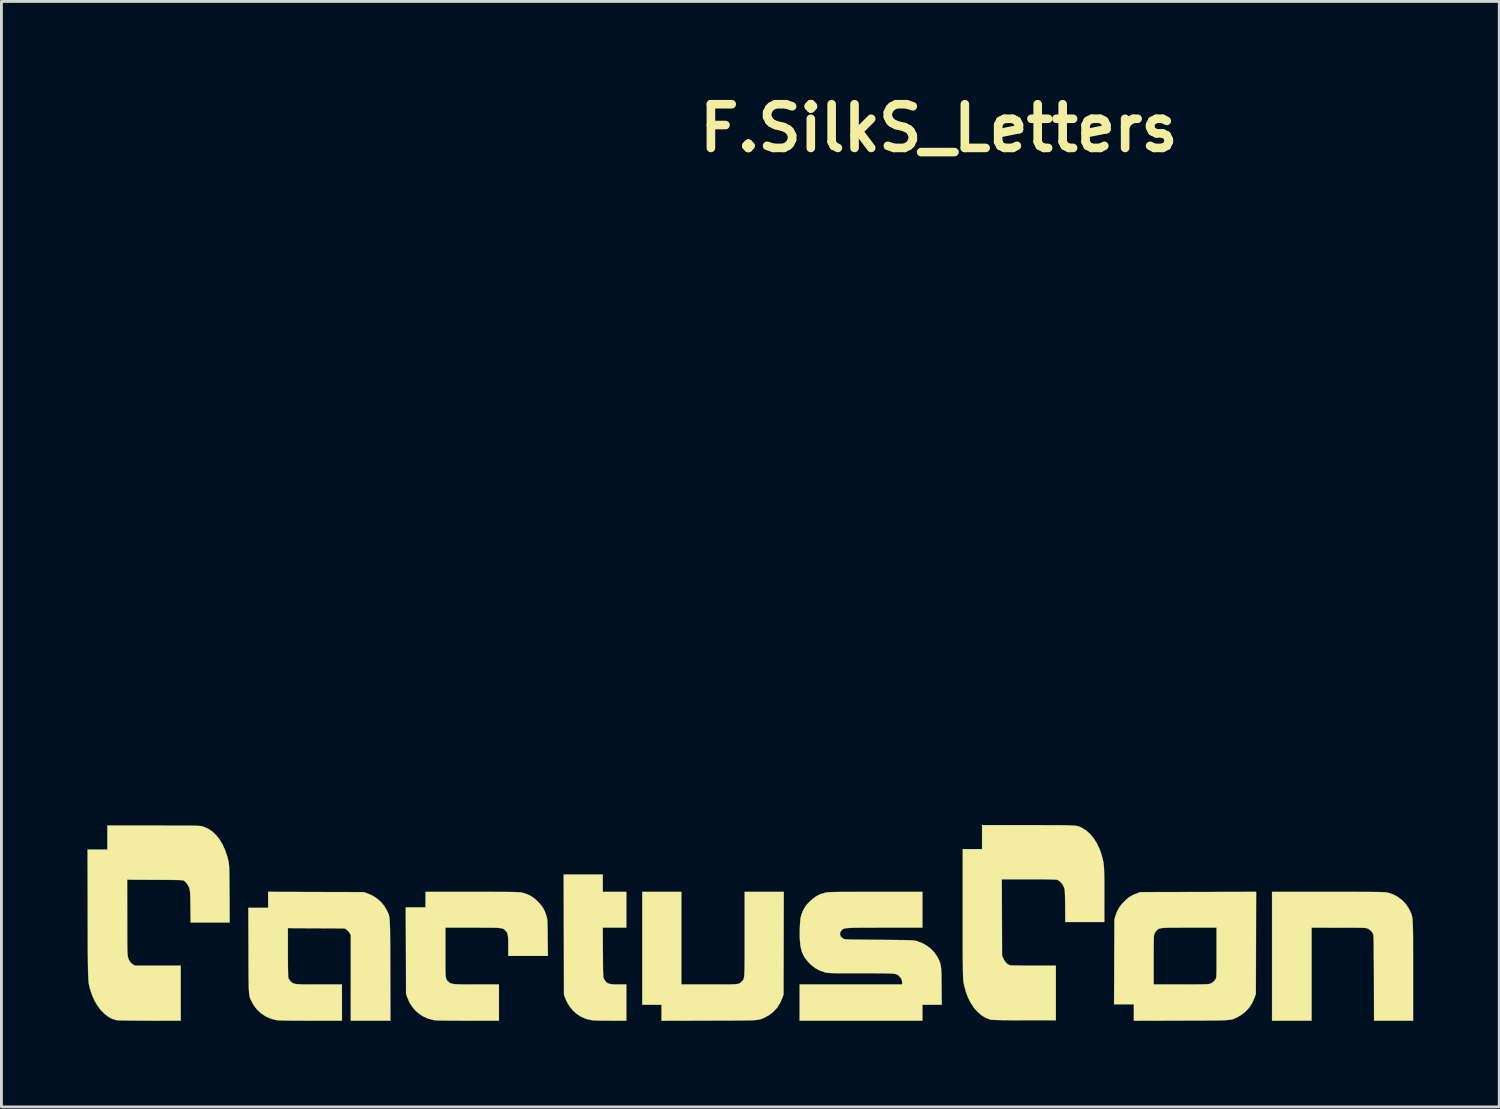
<source format=kicad_pcb>
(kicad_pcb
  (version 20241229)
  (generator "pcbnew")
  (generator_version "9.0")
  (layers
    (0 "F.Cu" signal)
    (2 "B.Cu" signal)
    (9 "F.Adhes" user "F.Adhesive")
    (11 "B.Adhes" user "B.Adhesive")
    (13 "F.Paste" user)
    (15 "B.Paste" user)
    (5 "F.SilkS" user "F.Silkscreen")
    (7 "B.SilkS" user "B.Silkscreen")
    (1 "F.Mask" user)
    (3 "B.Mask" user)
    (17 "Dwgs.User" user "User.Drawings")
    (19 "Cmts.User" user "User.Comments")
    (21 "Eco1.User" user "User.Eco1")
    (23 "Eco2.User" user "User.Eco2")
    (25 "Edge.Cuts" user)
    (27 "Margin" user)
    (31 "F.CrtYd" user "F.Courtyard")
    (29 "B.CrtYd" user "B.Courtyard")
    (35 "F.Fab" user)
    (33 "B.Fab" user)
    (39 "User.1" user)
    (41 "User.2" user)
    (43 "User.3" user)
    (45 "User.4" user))
  (footprint "F.SilkS_Letters"
    (layer "F.Cu")
    (at 29.683 1.418)
    (property "Reference" "F.SilkS_Letters" (at 0 0 0) (layer "F.SilkS") (effects (font (size 1.524 1.524) (thickness 0.3))))
    (attr through_hole)
    (fp_poly (pts (xy -11.717 26.629) (xy -10.897 26.629) (xy -10.897 27.874) (xy -11.718 27.874) (xy -11.713 28.739) (xy -11.712 28.929) (xy -11.711 29.09) (xy -11.71 29.223) (xy -11.709 29.332) (xy -11.707 29.419) (xy -11.705 29.488) (xy -11.702 29.541) (xy -11.699 29.58) (xy -11.695 29.61) (xy -11.69 29.631) (xy -11.683 29.648) (xy -11.676 29.664) (xy -11.673 29.669) (xy -11.637 29.729) (xy -11.598 29.775) (xy -11.551 29.809) (xy -11.492 29.833) (xy -11.416 29.847) (xy -11.317 29.855) (xy -11.191 29.857) (xy -11.168 29.857) (xy -10.897 29.857) (xy -10.897 31.119) (xy -11.45 31.117) (xy -11.587 31.116) (xy -11.717 31.115) (xy -11.836 31.112) (xy -11.939 31.11) (xy -12.022 31.106) (xy -12.08 31.103) (xy -12.101 31.101) (xy -12.287 31.058) (xy -12.46 30.986) (xy -12.618 30.886) (xy -12.758 30.762) (xy -12.878 30.614) (xy -12.977 30.444) (xy -13.03 30.316) (xy -13.069 30.21) (xy -13.073 28.116) (xy -13.078 26.023) (xy -11.717 26.023) (xy -11.717 26.629)) (stroke (width 0.01) (type solid)) (fill yes) (layer "F.SilkS"))
    (fp_poly (pts (xy -8.98 29.857) (xy -8.004 29.857) (xy -7.796 29.857) (xy -7.618 29.857) (xy -7.467 29.857) (xy -7.342 29.856) (xy -7.238 29.854) (xy -7.155 29.851) (xy -7.088 29.847) (xy -7.036 29.842) (xy -6.995 29.834) (xy -6.964 29.825) (xy -6.94 29.813) (xy -6.919 29.799) (xy -6.9 29.782) (xy -6.879 29.762) (xy -6.87 29.753) (xy -6.853 29.737) (xy -6.838 29.722) (xy -6.825 29.705) (xy -6.813 29.685) (xy -6.804 29.66) (xy -6.795 29.627) (xy -6.789 29.584) (xy -6.783 29.53) (xy -6.778 29.462) (xy -6.775 29.379) (xy -6.772 29.278) (xy -6.77 29.157) (xy -6.769 29.014) (xy -6.768 28.848) (xy -6.768 28.655) (xy -6.768 28.435) (xy -6.768 28.185) (xy -6.768 28.085) (xy -6.768 26.629) (xy -5.407 26.629) (xy -5.411 28.419) (xy -5.416 30.21) (xy -5.454 30.316) (xy -5.536 30.503) (xy -5.639 30.665) (xy -5.764 30.803) (xy -5.911 30.918) (xy -6.055 30.998) (xy -6.092 31.016) (xy -6.125 31.032) (xy -6.155 31.046) (xy -6.186 31.058) (xy -6.218 31.068) (xy -6.255 31.077) (xy -6.298 31.085) (xy -6.349 31.092) (xy -6.41 31.097) (xy -6.484 31.101) (xy -6.572 31.105) (xy -6.676 31.107) (xy -6.799 31.109) (xy -6.943 31.111) (xy -7.109 31.112) (xy -7.3 31.113) (xy -7.518 31.114) (xy -7.764 31.114) (xy -8.017 31.115) (xy -9.668 31.12) (xy -9.668 30.562) (xy -10.34 30.562) (xy -10.34 26.629) (xy -8.98 26.629) (xy -8.98 29.857)) (stroke (width 0.01) (type solid)) (fill yes) (layer "F.SilkS"))
    (fp_poly (pts (xy 13.877 26.629) (xy 14.142 26.629) (xy 14.377 26.629) (xy 14.585 26.629) (xy 14.767 26.63) (xy 14.926 26.63) (xy 15.063 26.631) (xy 15.181 26.632) (xy 15.28 26.633) (xy 15.363 26.635) (xy 15.432 26.636) (xy 15.488 26.639) (xy 15.534 26.641) (xy 15.57 26.644) (xy 15.6 26.647) (xy 15.625 26.651) (xy 15.646 26.655) (xy 15.666 26.66) (xy 15.672 26.661) (xy 15.848 26.722) (xy 16.011 26.81) (xy 16.157 26.922) (xy 16.283 27.055) (xy 16.384 27.205) (xy 16.41 27.255) (xy 16.429 27.294) (xy 16.446 27.33) (xy 16.461 27.363) (xy 16.474 27.397) (xy 16.486 27.434) (xy 16.496 27.474) (xy 16.504 27.521) (xy 16.512 27.576) (xy 16.518 27.642) (xy 16.522 27.719) (xy 16.526 27.811) (xy 16.529 27.919) (xy 16.531 28.045) (xy 16.533 28.192) (xy 16.534 28.36) (xy 16.534 28.553) (xy 16.535 28.772) (xy 16.535 29.019) (xy 16.535 29.296) (xy 16.535 29.39) (xy 16.535 31.119) (xy 15.175 31.119) (xy 15.171 29.632) (xy 15.17 29.375) (xy 15.169 29.149) (xy 15.168 28.951) (xy 15.167 28.78) (xy 15.166 28.634) (xy 15.165 28.51) (xy 15.163 28.407) (xy 15.161 28.323) (xy 15.159 28.255) (xy 15.157 28.202) (xy 15.154 28.161) (xy 15.151 28.131) (xy 15.147 28.109) (xy 15.143 28.094) (xy 15.14 28.087) (xy 15.085 28.004) (xy 15.007 27.935) (xy 14.953 27.905) (xy 14.938 27.899) (xy 14.919 27.893) (xy 14.895 27.889) (xy 14.863 27.885) (xy 14.819 27.882) (xy 14.762 27.88) (xy 14.689 27.878) (xy 14.597 27.877) (xy 14.484 27.876) (xy 14.346 27.875) (xy 14.181 27.875) (xy 13.987 27.875) (xy 13.941 27.875) (xy 12.995 27.874) (xy 12.995 31.119) (xy 11.618 31.119) (xy 11.618 26.629) (xy 13.582 26.629) (xy 13.877 26.629)) (stroke (width 0.01) (type solid)) (fill yes) (layer "F.SilkS"))
    (fp_poly (pts (xy -21.717 26.633) (xy -20.05 26.637) (xy -19.919 26.683) (xy -19.749 26.759) (xy -19.592 26.859) (xy -19.454 26.98) (xy -19.338 27.119) (xy -19.255 27.258) (xy -19.236 27.295) (xy -19.219 27.329) (xy -19.204 27.36) (xy -19.191 27.39) (xy -19.18 27.422) (xy -19.17 27.457) (xy -19.162 27.499) (xy -19.155 27.547) (xy -19.149 27.605) (xy -19.144 27.675) (xy -19.14 27.758) (xy -19.137 27.856) (xy -19.134 27.972) (xy -19.133 28.107) (xy -19.131 28.264) (xy -19.13 28.444) (xy -19.13 28.649) (xy -19.129 28.882) (xy -19.128 29.144) (xy -19.128 29.353) (xy -19.123 31.119) (xy -20.5 31.119) (xy -20.5 28.142) (xy -20.538 28.07) (xy -20.576 28.015) (xy -20.627 27.964) (xy -20.646 27.948) (xy -20.716 27.899) (xy -22.696 27.89) (xy -22.696 28.742) (xy -22.696 28.925) (xy -22.695 29.092) (xy -22.694 29.242) (xy -22.692 29.372) (xy -22.689 29.478) (xy -22.687 29.559) (xy -22.684 29.612) (xy -22.68 29.634) (xy -22.66 29.67) (xy -22.627 29.716) (xy -22.605 29.742) (xy -22.582 29.767) (xy -22.559 29.788) (xy -22.534 29.805) (xy -22.504 29.819) (xy -22.465 29.831) (xy -22.416 29.84) (xy -22.353 29.846) (xy -22.274 29.851) (xy -22.175 29.854) (xy -22.054 29.856) (xy -21.907 29.857) (xy -21.733 29.857) (xy -21.595 29.857) (xy -20.812 29.857) (xy -20.812 31.119) (xy -21.905 31.118) (xy -22.14 31.117) (xy -22.344 31.116) (xy -22.519 31.115) (xy -22.668 31.114) (xy -22.792 31.112) (xy -22.894 31.109) (xy -22.975 31.106) (xy -23.037 31.103) (xy -23.084 31.099) (xy -23.114 31.095) (xy -23.305 31.043) (xy -23.48 30.963) (xy -23.637 30.857) (xy -23.775 30.726) (xy -23.89 30.572) (xy -23.947 30.471) (xy -23.966 30.433) (xy -23.983 30.399) (xy -23.998 30.368) (xy -24.011 30.336) (xy -24.022 30.302) (xy -24.032 30.264) (xy -24.039 30.219) (xy -24.046 30.165) (xy -24.051 30.1) (xy -24.056 30.022) (xy -24.059 29.928) (xy -24.061 29.817) (xy -24.063 29.686) (xy -24.065 29.533) (xy -24.066 29.356) (xy -24.067 29.152) (xy -24.068 28.92) (xy -24.068 28.673) (xy -24.074 27.186) (xy -23.384 27.186) (xy -23.384 26.628) (xy -21.717 26.633)) (stroke (width 0.01) (type solid)) (fill yes) (layer "F.SilkS"))
    (fp_poly (pts (xy 11.053 30.177) (xy 11.009 30.308) (xy 10.93 30.492) (xy 10.826 30.655) (xy 10.697 30.797) (xy 10.544 30.917) (xy 10.414 30.992) (xy 10.377 31.01) (xy 10.344 31.027) (xy 10.313 31.042) (xy 10.282 31.055) (xy 10.249 31.066) (xy 10.212 31.075) (xy 10.169 31.083) (xy 10.117 31.09) (xy 10.055 31.096) (xy 9.98 31.1) (xy 9.891 31.104) (xy 9.786 31.107) (xy 9.662 31.109) (xy 9.517 31.111) (xy 9.35 31.112) (xy 9.157 31.113) (xy 8.938 31.114) (xy 8.69 31.114) (xy 8.443 31.115) (xy 6.801 31.12) (xy 6.801 30.546) (xy 6.11 30.546) (xy 6.113 29.857) (xy 7.489 29.857) (xy 8.427 29.857) (xy 8.663 29.857) (xy 8.868 29.856) (xy 9.042 29.854) (xy 9.184 29.852) (xy 9.295 29.849) (xy 9.375 29.845) (xy 9.421 29.841) (xy 9.431 29.839) (xy 9.523 29.801) (xy 9.599 29.743) (xy 9.651 29.671) (xy 9.651 29.67) (xy 9.659 29.654) (xy 9.665 29.636) (xy 9.67 29.614) (xy 9.674 29.586) (xy 9.678 29.547) (xy 9.68 29.496) (xy 9.682 29.429) (xy 9.683 29.344) (xy 9.684 29.238) (xy 9.685 29.108) (xy 9.685 28.951) (xy 9.685 28.765) (xy 9.685 27.874) (xy 8.726 27.874) (xy 8.517 27.874) (xy 8.339 27.875) (xy 8.188 27.875) (xy 8.062 27.876) (xy 7.958 27.878) (xy 7.874 27.881) (xy 7.807 27.886) (xy 7.755 27.891) (xy 7.714 27.899) (xy 7.683 27.908) (xy 7.658 27.92) (xy 7.637 27.934) (xy 7.618 27.95) (xy 7.597 27.97) (xy 7.559 28.014) (xy 7.525 28.069) (xy 7.52 28.079) (xy 7.513 28.096) (xy 7.508 28.115) (xy 7.503 28.14) (xy 7.499 28.173) (xy 7.496 28.218) (xy 7.494 28.276) (xy 7.492 28.352) (xy 7.491 28.448) (xy 7.49 28.566) (xy 7.49 28.709) (xy 7.489 28.881) (xy 7.489 29.001) (xy 7.489 29.857) (xy 6.113 29.857) (xy 6.116 29.067) (xy 6.122 27.588) (xy 6.159 27.465) (xy 6.213 27.317) (xy 6.279 27.19) (xy 6.364 27.072) (xy 6.456 26.972) (xy 6.559 26.875) (xy 6.658 26.801) (xy 6.763 26.74) (xy 6.886 26.688) (xy 6.902 26.682) (xy 7.022 26.637) (xy 11.062 26.628) (xy 11.053 30.177)) (stroke (width 0.01) (type solid)) (fill yes) (layer "F.SilkS"))
    (fp_poly (pts (xy -15.999 26.629) (xy -15.763 26.629) (xy -15.555 26.629) (xy -15.373 26.63) (xy -15.216 26.63) (xy -15.082 26.631) (xy -14.968 26.632) (xy -14.872 26.633) (xy -14.793 26.635) (xy -14.728 26.637) (xy -14.675 26.639) (xy -14.633 26.642) (xy -14.598 26.645) (xy -14.57 26.649) (xy -14.546 26.653) (xy -14.523 26.658) (xy -14.509 26.662) (xy -14.365 26.707) (xy -14.238 26.766) (xy -14.12 26.845) (xy -14.001 26.949) (xy -13.985 26.965) (xy -13.881 27.077) (xy -13.801 27.187) (xy -13.74 27.304) (xy -13.691 27.438) (xy -13.682 27.465) (xy -13.673 27.498) (xy -13.665 27.531) (xy -13.659 27.568) (xy -13.654 27.611) (xy -13.65 27.666) (xy -13.647 27.735) (xy -13.645 27.822) (xy -13.642 27.931) (xy -13.64 28.065) (xy -13.638 28.223) (xy -13.63 28.858) (xy -15.011 28.858) (xy -15.011 28.501) (xy -15.012 28.369) (xy -15.014 28.265) (xy -15.02 28.184) (xy -15.029 28.122) (xy -15.042 28.074) (xy -15.061 28.035) (xy -15.087 28.002) (xy -15.119 27.97) (xy -15.14 27.95) (xy -15.159 27.934) (xy -15.18 27.92) (xy -15.205 27.908) (xy -15.236 27.899) (xy -15.277 27.891) (xy -15.33 27.886) (xy -15.397 27.881) (xy -15.481 27.878) (xy -15.585 27.876) (xy -15.711 27.875) (xy -15.862 27.875) (xy -16.041 27.874) (xy -16.247 27.874) (xy -17.206 27.874) (xy -17.206 28.735) (xy -17.206 28.932) (xy -17.206 29.099) (xy -17.206 29.239) (xy -17.204 29.354) (xy -17.202 29.448) (xy -17.198 29.522) (xy -17.193 29.581) (xy -17.186 29.626) (xy -17.177 29.661) (xy -17.165 29.687) (xy -17.151 29.709) (xy -17.134 29.729) (xy -17.114 29.749) (xy -17.107 29.755) (xy -17.083 29.778) (xy -17.059 29.796) (xy -17.032 29.812) (xy -16.999 29.824) (xy -16.958 29.835) (xy -16.905 29.842) (xy -16.837 29.848) (xy -16.751 29.852) (xy -16.646 29.855) (xy -16.517 29.856) (xy -16.362 29.857) (xy -16.178 29.857) (xy -16.114 29.857) (xy -15.338 29.857) (xy -15.338 31.119) (xy -16.424 31.118) (xy -16.662 31.117) (xy -16.869 31.116) (xy -17.047 31.115) (xy -17.198 31.113) (xy -17.324 31.111) (xy -17.426 31.109) (xy -17.507 31.105) (xy -17.567 31.102) (xy -17.61 31.098) (xy -17.625 31.095) (xy -17.812 31.045) (xy -17.987 30.964) (xy -18.148 30.855) (xy -18.247 30.766) (xy -18.366 30.627) (xy -18.459 30.477) (xy -18.53 30.308) (xy -18.575 30.177) (xy -18.579 28.673) (xy -18.584 27.17) (xy -17.895 27.17) (xy -17.895 26.629) (xy -16.267 26.629) (xy -15.999 26.629)) (stroke (width 0.01) (type solid)) (fill yes) (layer "F.SilkS"))
    (fp_poly (pts (xy 3.101 24.302) (xy 3.374 24.302) (xy 3.617 24.302) (xy 3.83 24.303) (xy 4.018 24.303) (xy 4.18 24.304) (xy 4.32 24.306) (xy 4.44 24.307) (xy 4.541 24.31) (xy 4.626 24.314) (xy 4.696 24.318) (xy 4.754 24.323) (xy 4.802 24.33) (xy 4.842 24.337) (xy 4.876 24.346) (xy 4.906 24.357) (xy 4.934 24.369) (xy 4.961 24.382) (xy 4.991 24.398) (xy 4.994 24.399) (xy 5.138 24.49) (xy 5.271 24.609) (xy 5.393 24.755) (xy 5.501 24.923) (xy 5.593 25.11) (xy 5.668 25.314) (xy 5.724 25.532) (xy 5.744 25.646) (xy 5.75 25.688) (xy 5.754 25.741) (xy 5.758 25.807) (xy 5.761 25.889) (xy 5.764 25.988) (xy 5.766 26.109) (xy 5.767 26.253) (xy 5.768 26.423) (xy 5.768 26.621) (xy 5.768 26.74) (xy 5.768 27.678) (xy 4.41 27.678) (xy 4.405 27.117) (xy 4.403 26.966) (xy 4.402 26.844) (xy 4.4 26.747) (xy 4.397 26.671) (xy 4.394 26.613) (xy 4.39 26.569) (xy 4.385 26.534) (xy 4.378 26.506) (xy 4.369 26.48) (xy 4.36 26.457) (xy 4.314 26.367) (xy 4.252 26.29) (xy 4.183 26.233) (xy 4.121 26.205) (xy 4.089 26.2) (xy 4.027 26.196) (xy 3.935 26.193) (xy 3.812 26.191) (xy 3.659 26.189) (xy 3.473 26.187) (xy 3.256 26.187) (xy 3.125 26.187) (xy 2.195 26.187) (xy 2.204 28.849) (xy 2.242 28.942) (xy 2.287 29.028) (xy 2.346 29.102) (xy 2.412 29.157) (xy 2.469 29.184) (xy 2.503 29.189) (xy 2.568 29.193) (xy 2.663 29.196) (xy 2.787 29.198) (xy 2.939 29.2) (xy 3.117 29.201) (xy 3.306 29.202) (xy 4.08 29.202) (xy 4.08 31.103) (xy 2.978 31.102) (xy 2.752 31.101) (xy 2.557 31.101) (xy 2.389 31.1) (xy 2.248 31.099) (xy 2.13 31.097) (xy 2.033 31.095) (xy 1.956 31.093) (xy 1.895 31.09) (xy 1.849 31.087) (xy 1.816 31.083) (xy 1.792 31.078) (xy 1.791 31.077) (xy 1.635 31.019) (xy 1.488 30.93) (xy 1.352 30.814) (xy 1.228 30.673) (xy 1.118 30.507) (xy 1.023 30.321) (xy 0.945 30.115) (xy 0.885 29.892) (xy 0.862 29.777) (xy 0.858 29.752) (xy 0.855 29.723) (xy 0.852 29.688) (xy 0.849 29.645) (xy 0.847 29.593) (xy 0.845 29.53) (xy 0.843 29.454) (xy 0.841 29.363) (xy 0.84 29.256) (xy 0.839 29.132) (xy 0.838 28.987) (xy 0.837 28.822) (xy 0.837 28.633) (xy 0.836 28.42) (xy 0.836 28.18) (xy 0.836 27.912) (xy 0.836 27.614) (xy 0.836 27.38) (xy 0.836 25.138) (xy 1.508 25.138) (xy 1.508 24.302) (xy 3.101 24.302)) (stroke (width 0.01) (type solid)) (fill yes) (layer "F.SilkS"))
    (fp_poly (pts (xy -27.111 24.318) (xy -26.876 24.319) (xy -26.67 24.319) (xy -26.49 24.319) (xy -26.335 24.319) (xy -26.203 24.32) (xy -26.091 24.321) (xy -25.997 24.322) (xy -25.92 24.324) (xy -25.858 24.326) (xy -25.807 24.328) (xy -25.767 24.331) (xy -25.736 24.334) (xy -25.71 24.338) (xy -25.689 24.342) (xy -25.67 24.347) (xy -25.652 24.353) (xy -25.492 24.419) (xy -25.344 24.514) (xy -25.209 24.638) (xy -25.087 24.79) (xy -24.979 24.967) (xy -24.887 25.169) (xy -24.81 25.395) (xy -24.774 25.536) (xy -24.767 25.569) (xy -24.76 25.601) (xy -24.755 25.635) (xy -24.751 25.675) (xy -24.747 25.723) (xy -24.744 25.782) (xy -24.742 25.855) (xy -24.739 25.944) (xy -24.738 26.052) (xy -24.736 26.183) (xy -24.735 26.338) (xy -24.734 26.522) (xy -24.732 26.69) (xy -24.726 27.694) (xy -26.085 27.694) (xy -26.092 27.141) (xy -26.094 26.985) (xy -26.097 26.859) (xy -26.1 26.758) (xy -26.103 26.678) (xy -26.107 26.617) (xy -26.112 26.57) (xy -26.119 26.534) (xy -26.126 26.505) (xy -26.127 26.503) (xy -26.167 26.413) (xy -26.225 26.327) (xy -26.291 26.258) (xy -26.307 26.245) (xy -26.317 26.238) (xy -26.329 26.232) (xy -26.345 26.227) (xy -26.367 26.223) (xy -26.399 26.219) (xy -26.443 26.216) (xy -26.501 26.214) (xy -26.576 26.212) (xy -26.67 26.211) (xy -26.787 26.21) (xy -26.929 26.209) (xy -27.097 26.208) (xy -27.296 26.207) (xy -27.327 26.207) (xy -28.301 26.202) (xy -28.3 27.501) (xy -28.3 27.747) (xy -28.3 27.962) (xy -28.3 28.149) (xy -28.299 28.31) (xy -28.298 28.447) (xy -28.296 28.563) (xy -28.293 28.659) (xy -28.29 28.739) (xy -28.285 28.804) (xy -28.279 28.857) (xy -28.272 28.9) (xy -28.264 28.935) (xy -28.254 28.965) (xy -28.242 28.991) (xy -28.229 29.016) (xy -28.213 29.043) (xy -28.211 29.046) (xy -28.16 29.111) (xy -28.098 29.16) (xy -28.027 29.202) (xy -26.432 29.202) (xy -26.432 31.119) (xy -27.51 31.117) (xy -27.701 31.117) (xy -27.883 31.116) (xy -28.053 31.114) (xy -28.209 31.113) (xy -28.347 31.111) (xy -28.464 31.108) (xy -28.558 31.106) (xy -28.626 31.103) (xy -28.664 31.101) (xy -28.669 31.1) (xy -28.812 31.057) (xy -28.951 30.984) (xy -29.084 30.883) (xy -29.209 30.758) (xy -29.323 30.61) (xy -29.424 30.443) (xy -29.509 30.259) (xy -29.559 30.119) (xy -29.574 30.073) (xy -29.587 30.031) (xy -29.599 29.991) (xy -29.61 29.953) (xy -29.62 29.913) (xy -29.628 29.871) (xy -29.636 29.824) (xy -29.642 29.772) (xy -29.648 29.711) (xy -29.653 29.64) (xy -29.657 29.558) (xy -29.66 29.463) (xy -29.663 29.352) (xy -29.665 29.225) (xy -29.667 29.079) (xy -29.668 28.913) (xy -29.67 28.724) (xy -29.67 28.511) (xy -29.671 28.273) (xy -29.672 28.007) (xy -29.672 27.712) (xy -29.673 27.403) (xy -29.678 25.154) (xy -28.989 25.154) (xy -28.989 24.318) (xy -27.376 24.318) (xy -27.111 24.318)) (stroke (width 0.01) (type solid)) (fill yes) (layer "F.SilkS"))
    (fp_poly (pts (xy -0.574 27.874) (xy -1.882 27.874) (xy -2.13 27.874) (xy -2.347 27.875) (xy -2.536 27.875) (xy -2.698 27.876) (xy -2.836 27.877) (xy -2.953 27.879) (xy -3.049 27.882) (xy -3.128 27.885) (xy -3.192 27.89) (xy -3.242 27.895) (xy -3.281 27.902) (xy -3.311 27.91) (xy -3.335 27.919) (xy -3.353 27.931) (xy -3.37 27.943) (xy -3.385 27.958) (xy -3.432 28.02) (xy -3.448 28.087) (xy -3.435 28.154) (xy -3.395 28.214) (xy -3.337 28.256) (xy -3.323 28.263) (xy -3.31 28.269) (xy -3.293 28.274) (xy -3.271 28.279) (xy -3.241 28.282) (xy -3.201 28.285) (xy -3.149 28.288) (xy -3.083 28.29) (xy -2.999 28.292) (xy -2.896 28.294) (xy -2.771 28.295) (xy -2.622 28.297) (xy -2.447 28.298) (xy -2.243 28.3) (xy -2.081 28.301) (xy -1.855 28.303) (xy -1.659 28.305) (xy -1.491 28.306) (xy -1.348 28.308) (xy -1.228 28.309) (xy -1.129 28.311) (xy -1.047 28.313) (xy -0.982 28.316) (xy -0.929 28.319) (xy -0.886 28.322) (xy -0.852 28.327) (xy -0.824 28.331) (xy -0.798 28.337) (xy -0.774 28.343) (xy -0.768 28.345) (xy -0.584 28.412) (xy -0.417 28.505) (xy -0.268 28.622) (xy -0.142 28.759) (xy -0.041 28.915) (xy -0.024 28.948) (xy 0.003 29.003) (xy 0.024 29.052) (xy 0.042 29.099) (xy 0.056 29.148) (xy 0.068 29.202) (xy 0.076 29.266) (xy 0.082 29.342) (xy 0.087 29.435) (xy 0.09 29.549) (xy 0.092 29.687) (xy 0.094 29.852) (xy 0.094 29.911) (xy 0.101 30.562) (xy -0.574 30.562) (xy -0.574 31.119) (xy -4.851 31.119) (xy -4.851 29.857) (xy -1.278 29.857) (xy -1.278 29.793) (xy -1.287 29.711) (xy -1.318 29.641) (xy -1.373 29.574) (xy -1.393 29.554) (xy -1.412 29.536) (xy -1.433 29.521) (xy -1.457 29.508) (xy -1.487 29.497) (xy -1.526 29.488) (xy -1.576 29.481) (xy -1.638 29.475) (xy -1.717 29.471) (xy -1.813 29.468) (xy -1.93 29.466) (xy -2.069 29.465) (xy -2.233 29.464) (xy -2.424 29.464) (xy -2.645 29.464) (xy -2.721 29.464) (xy -2.941 29.464) (xy -3.131 29.464) (xy -3.294 29.463) (xy -3.431 29.463) (xy -3.546 29.462) (xy -3.641 29.461) (xy -3.718 29.459) (xy -3.78 29.457) (xy -3.83 29.454) (xy -3.871 29.45) (xy -3.904 29.446) (xy -3.932 29.441) (xy -3.958 29.435) (xy -3.972 29.432) (xy -4.152 29.37) (xy -4.316 29.28) (xy -4.466 29.16) (xy -4.498 29.128) (xy -4.589 29.03) (xy -4.664 28.932) (xy -4.725 28.831) (xy -4.772 28.721) (xy -4.806 28.599) (xy -4.83 28.461) (xy -4.843 28.303) (xy -4.848 28.121) (xy -4.846 27.932) (xy -4.841 27.793) (xy -4.835 27.681) (xy -4.827 27.589) (xy -4.814 27.511) (xy -4.796 27.441) (xy -4.772 27.373) (xy -4.74 27.3) (xy -4.717 27.252) (xy -4.681 27.183) (xy -4.644 27.125) (xy -4.599 27.068) (xy -4.538 27.003) (xy -4.5 26.965) (xy -4.38 26.857) (xy -4.262 26.775) (xy -4.137 26.713) (xy -3.995 26.667) (xy -3.975 26.662) (xy -3.953 26.656) (xy -3.93 26.652) (xy -3.905 26.647) (xy -3.875 26.644) (xy -3.837 26.641) (xy -3.792 26.638) (xy -3.735 26.636) (xy -3.665 26.634) (xy -3.58 26.633) (xy -3.478 26.631) (xy -3.357 26.631) (xy -3.215 26.63) (xy -3.05 26.63) (xy -2.859 26.629) (xy -2.642 26.629) (xy -2.394 26.629) (xy -2.21 26.629) (xy -0.574 26.629) (xy -0.574 27.874)) (stroke (width 0.01) (type solid)) (fill yes) (layer "F.SilkS")))
  (gr_rect
    (start -3 -3)
    (end 49.223 35.543)
    (stroke (width 0.1) (type default))
    (fill no)
    (layer "Edge.Cuts")))
</source>
